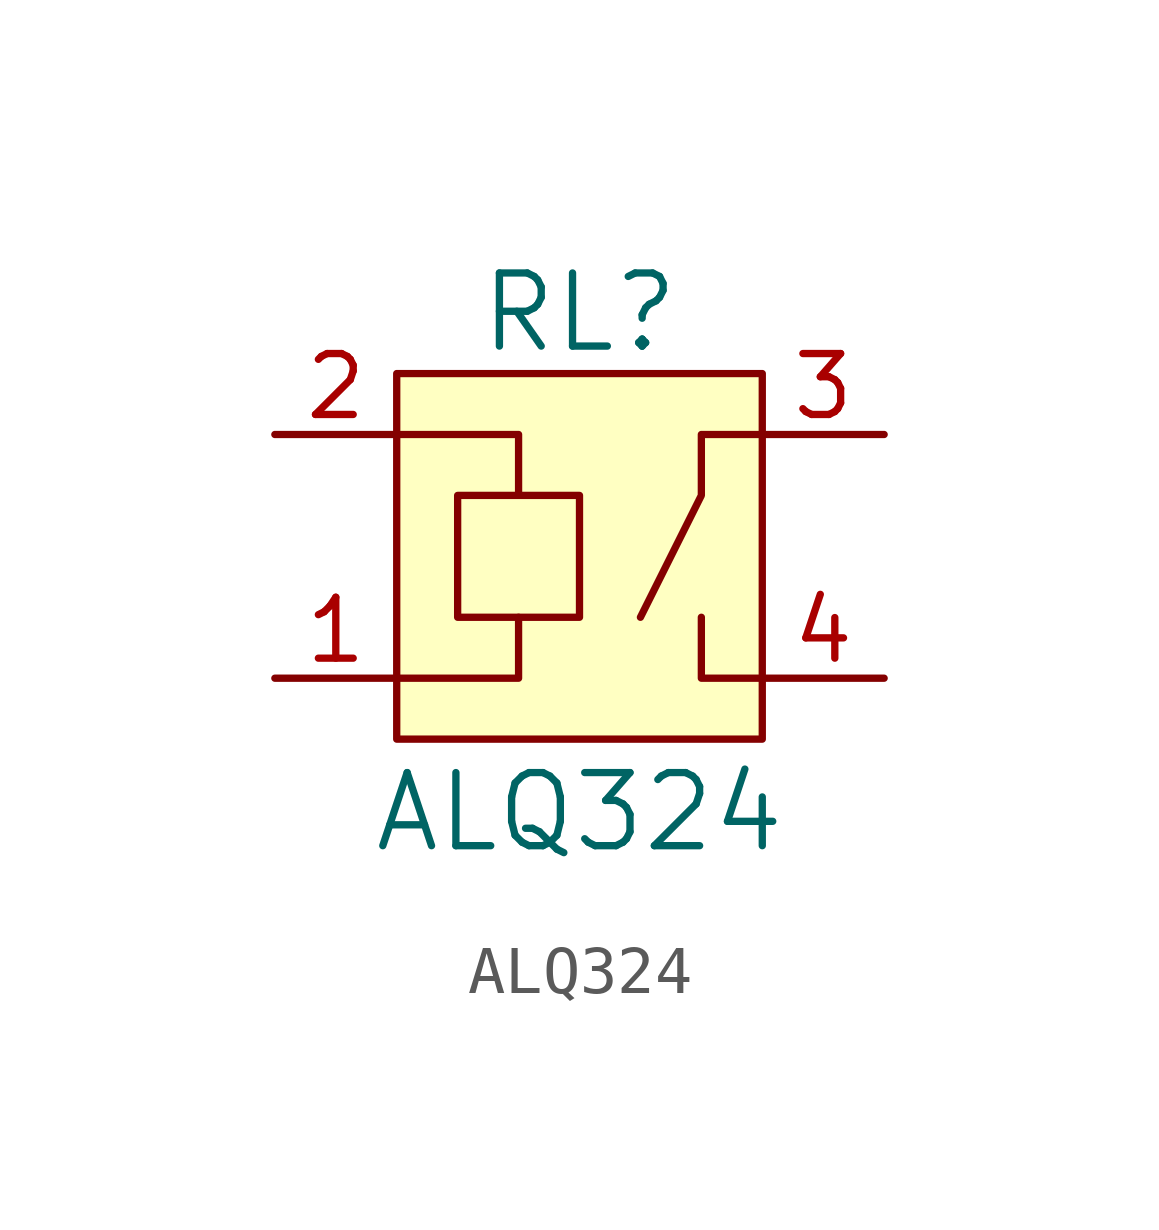
<source format=kicad_sym>
(kicad_symbol_lib
  (version 20231120)
  (generator "kicad_symbol_editor")
  (generator_version "8.0")
  (symbol "ALQ324"
    (pin_names
      (offset 1.016))
    (property "Reference" "RL"
      (at 0 5.08 0)
      (effects (font (size 1.524 1.524))))
    (property "Value" "ALQ324"
      (at 0 -5.334 0)
      (effects (font (size 1.524 1.524))))
    (symbol "ALQ324_0_1"
      (rectangle (start -3.81 2.54) (end -3.81 2.54) (stroke (width 0) (type default)) (fill (type none)))
      (rectangle (start -3.81 3.81) (end 3.81 -3.81) (stroke (width 0) (type default)) (fill (type background)))
      (polyline (pts (xy -1.27 -1.27) (xy -1.27 -2.54) (xy -3.81 -2.54)) (stroke (width 0) (type default)) (fill (type none)))
      (polyline (pts (xy 2.54 -1.27) (xy 2.54 -2.54) (xy 3.81 -2.54)) (stroke (width 0) (type default)) (fill (type none)))
      (polyline (pts (xy 3.81 2.54) (xy 2.54 2.54) (xy 2.54 1.27) (xy 1.27 -1.27)) (stroke (width 0) (type default)) (fill (type none)))
      (polyline (pts (xy -3.81 2.54) (xy -1.27 2.54) (xy -1.27 1.27) (xy -2.54 1.27) (xy -2.54 -1.27) (xy 0 -1.27) (xy 0 1.27) (xy -1.27 1.27)) (stroke (width 0) (type default)) (fill (type none))))
    (symbol "ALQ324_1_1"
      (pin passive line (at -6.35 -2.54 0) (length 2.54) (name "~" (effects (font (size 1.27 1.27)))) (number "1" (effects (font (size 1.27 1.27)))))
      (pin passive line (at -6.35 2.54 0) (length 2.54) (name "~" (effects (font (size 1.27 1.27)))) (number "2" (effects (font (size 1.27 1.27)))))
      (pin passive line (at 6.35 2.54 180) (length 2.54) (name "~" (effects (font (size 1.27 1.27)))) (number "3" (effects (font (size 1.27 1.27)))))
      (pin passive line (at 6.35 -2.54 180) (length 2.54) (name "~" (effects (font (size 1.27 1.27)))) (number "4" (effects (font (size 1.27 1.27))))))))
</source>
